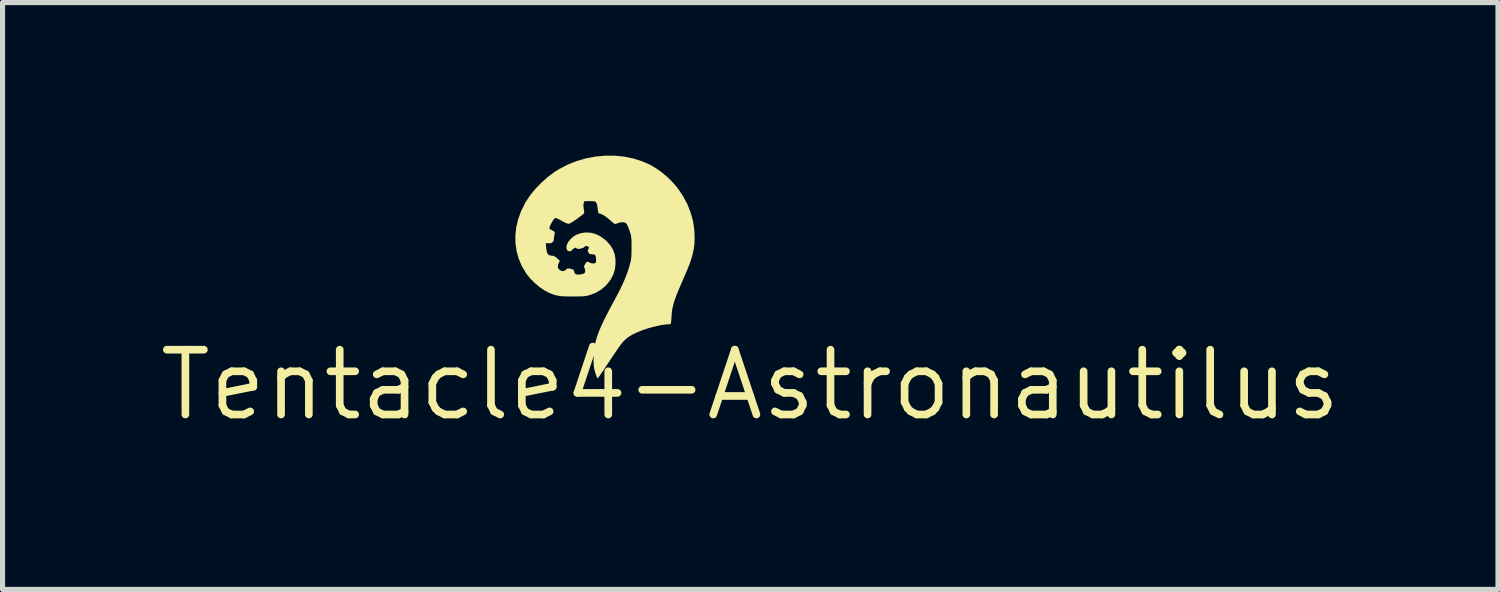
<source format=kicad_pcb>
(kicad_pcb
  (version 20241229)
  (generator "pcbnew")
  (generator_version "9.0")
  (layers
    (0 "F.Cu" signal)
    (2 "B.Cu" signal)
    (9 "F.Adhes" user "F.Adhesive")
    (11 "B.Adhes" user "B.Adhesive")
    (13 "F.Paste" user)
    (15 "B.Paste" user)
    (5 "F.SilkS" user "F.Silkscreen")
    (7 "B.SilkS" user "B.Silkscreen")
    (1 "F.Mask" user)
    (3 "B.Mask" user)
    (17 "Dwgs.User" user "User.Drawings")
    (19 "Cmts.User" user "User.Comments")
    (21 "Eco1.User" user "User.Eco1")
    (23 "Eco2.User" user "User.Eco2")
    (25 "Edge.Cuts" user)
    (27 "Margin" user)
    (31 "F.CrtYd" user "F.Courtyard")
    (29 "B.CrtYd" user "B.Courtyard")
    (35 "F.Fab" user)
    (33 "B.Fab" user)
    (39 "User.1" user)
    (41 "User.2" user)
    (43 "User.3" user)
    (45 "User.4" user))
  (footprint "Tentacle4-Astronautilus"
    (layer "F.Cu")
    (at 11.649 4.491)
    (property "Reference" "Tentacle4-Astronautilus" (at 0 0 0) (layer "F.SilkS") (effects (font (size 1.27 1.27) (thickness 0.15))))
    (attr board_only exclude_from_pos_files exclude_from_bom)
    (fp_poly (pts (xy -2.657 -4.491) (xy -2.472 -4.473) (xy -2.292 -4.436) (xy -2.119 -4.381) (xy -1.969 -4.316) (xy -1.858 -4.252) (xy -1.745 -4.173) (xy -1.636 -4.083) (xy -1.534 -3.985) (xy -1.446 -3.885) (xy -1.426 -3.859) (xy -1.319 -3.701) (xy -1.232 -3.54) (xy -1.167 -3.375) (xy -1.121 -3.206) (xy -1.096 -3.032) (xy -1.09 -2.893) (xy -1.092 -2.811) (xy -1.097 -2.733) (xy -1.108 -2.657) (xy -1.124 -2.58) (xy -1.146 -2.498) (xy -1.175 -2.409) (xy -1.212 -2.31) (xy -1.258 -2.199) (xy -1.312 -2.075) (xy -1.364 -1.955) (xy -1.408 -1.851) (xy -1.444 -1.762) (xy -1.473 -1.683) (xy -1.496 -1.614) (xy -1.513 -1.551) (xy -1.526 -1.492) (xy -1.535 -1.433) (xy -1.54 -1.374) (xy -1.543 -1.329) (xy -1.547 -1.276) (xy -1.551 -1.233) (xy -1.557 -1.204) (xy -1.561 -1.194) (xy -1.579 -1.189) (xy -1.607 -1.187) (xy -1.615 -1.186) (xy -1.671 -1.183) (xy -1.742 -1.172) (xy -1.824 -1.155) (xy -1.911 -1.134) (xy -1.999 -1.11) (xy -2.083 -1.082) (xy -2.104 -1.075) (xy -2.211 -1.033) (xy -2.301 -0.99) (xy -2.377 -0.945) (xy -2.441 -0.895) (xy -2.498 -0.838) (xy -2.526 -0.803) (xy -2.546 -0.777) (xy -2.576 -0.735) (xy -2.613 -0.681) (xy -2.656 -0.617) (xy -2.704 -0.547) (xy -2.753 -0.473) (xy -2.783 -0.429) (xy -2.83 -0.358) (xy -2.873 -0.292) (xy -2.912 -0.235) (xy -2.944 -0.188) (xy -2.969 -0.153) (xy -2.984 -0.132) (xy -2.989 -0.127) (xy -2.996 -0.136) (xy -3.008 -0.16) (xy -3.019 -0.188) (xy -3.041 -0.254) (xy -3.057 -0.316) (xy -3.066 -0.382) (xy -3.07 -0.456) (xy -3.069 -0.544) (xy -3.069 -0.556) (xy -3.064 -0.64) (xy -3.055 -0.721) (xy -3.04 -0.802) (xy -3.02 -0.884) (xy -2.993 -0.971) (xy -2.959 -1.062) (xy -2.916 -1.162) (xy -2.864 -1.272) (xy -2.803 -1.394) (xy -2.731 -1.531) (xy -2.683 -1.619) (xy -2.61 -1.755) (xy -2.547 -1.877) (xy -2.495 -1.987) (xy -2.451 -2.088) (xy -2.414 -2.184) (xy -2.383 -2.277) (xy -2.356 -2.37) (xy -2.35 -2.394) (xy -2.341 -2.433) (xy -2.335 -2.469) (xy -2.33 -2.506) (xy -2.328 -2.55) (xy -2.326 -2.604) (xy -2.326 -2.673) (xy -2.326 -2.696) (xy -2.326 -2.767) (xy -2.327 -2.822) (xy -2.329 -2.864) (xy -2.332 -2.898) (xy -2.337 -2.928) (xy -2.345 -2.958) (xy -2.355 -2.99) (xy -2.381 -3.067) (xy -2.405 -3.123) (xy -2.427 -3.16) (xy -2.446 -3.177) (xy -2.482 -3.187) (xy -2.528 -3.186) (xy -2.576 -3.176) (xy -2.596 -3.168) (xy -2.626 -3.157) (xy -2.651 -3.153) (xy -2.658 -3.154) (xy -2.672 -3.164) (xy -2.698 -3.184) (xy -2.73 -3.213) (xy -2.75 -3.231) (xy -2.795 -3.269) (xy -2.842 -3.304) (xy -2.889 -3.332) (xy -2.93 -3.351) (xy -2.959 -3.358) (xy -2.967 -3.36) (xy -2.973 -3.367) (xy -2.979 -3.385) (xy -2.984 -3.416) (xy -2.991 -3.463) (xy -2.992 -3.474) (xy -3.002 -3.532) (xy -3.016 -3.57) (xy -3.035 -3.591) (xy -3.043 -3.595) (xy -3.064 -3.598) (xy -3.1 -3.6) (xy -3.144 -3.601) (xy -3.158 -3.601) (xy -3.25 -3.601) (xy -3.262 -3.564) (xy -3.269 -3.535) (xy -3.269 -3.5) (xy -3.262 -3.452) (xy -3.257 -3.414) (xy -3.254 -3.382) (xy -3.255 -3.365) (xy -3.255 -3.364) (xy -3.265 -3.354) (xy -3.289 -3.333) (xy -3.325 -3.306) (xy -3.368 -3.273) (xy -3.395 -3.253) (xy -3.454 -3.212) (xy -3.499 -3.183) (xy -3.532 -3.165) (xy -3.555 -3.157) (xy -3.562 -3.156) (xy -3.586 -3.162) (xy -3.624 -3.177) (xy -3.669 -3.2) (xy -3.685 -3.209) (xy -3.738 -3.239) (xy -3.777 -3.258) (xy -3.804 -3.267) (xy -3.824 -3.267) (xy -3.839 -3.257) (xy -3.854 -3.239) (xy -3.858 -3.233) (xy -3.885 -3.189) (xy -3.908 -3.146) (xy -3.926 -3.107) (xy -3.935 -3.078) (xy -3.936 -3.065) (xy -3.923 -3.052) (xy -3.898 -3.037) (xy -3.884 -3.03) (xy -3.848 -3.011) (xy -3.831 -2.989) (xy -3.831 -2.962) (xy -3.835 -2.949) (xy -3.841 -2.921) (xy -3.845 -2.885) (xy -3.845 -2.877) (xy -3.853 -2.828) (xy -3.867 -2.803) (xy -3.883 -2.787) (xy -3.902 -2.778) (xy -3.932 -2.775) (xy -3.948 -2.775) (xy -4.007 -2.775) (xy -4 -2.704) (xy -3.992 -2.638) (xy -3.981 -2.592) (xy -3.964 -2.56) (xy -3.941 -2.542) (xy -3.908 -2.533) (xy -3.879 -2.531) (xy -3.854 -2.528) (xy -3.829 -2.516) (xy -3.799 -2.494) (xy -3.782 -2.479) (xy -3.752 -2.452) (xy -3.737 -2.435) (xy -3.732 -2.423) (xy -3.737 -2.413) (xy -3.742 -2.407) (xy -3.76 -2.374) (xy -3.769 -2.332) (xy -3.767 -2.294) (xy -3.754 -2.272) (xy -3.73 -2.25) (xy -3.723 -2.246) (xy -3.696 -2.231) (xy -3.674 -2.229) (xy -3.648 -2.235) (xy -3.622 -2.247) (xy -3.606 -2.26) (xy -3.605 -2.262) (xy -3.59 -2.278) (xy -3.562 -2.282) (xy -3.517 -2.275) (xy -3.512 -2.274) (xy -3.48 -2.264) (xy -3.463 -2.253) (xy -3.454 -2.236) (xy -3.452 -2.226) (xy -3.443 -2.198) (xy -3.432 -2.177) (xy -3.41 -2.165) (xy -3.373 -2.161) (xy -3.326 -2.165) (xy -3.289 -2.173) (xy -3.259 -2.182) (xy -3.243 -2.194) (xy -3.236 -2.215) (xy -3.235 -2.219) (xy -3.237 -2.264) (xy -3.246 -2.287) (xy -3.255 -2.307) (xy -3.257 -2.324) (xy -3.248 -2.344) (xy -3.235 -2.368) (xy -3.214 -2.399) (xy -3.194 -2.413) (xy -3.172 -2.41) (xy -3.151 -2.398) (xy -3.121 -2.385) (xy -3.087 -2.38) (xy -3.055 -2.381) (xy -3.033 -2.39) (xy -3.029 -2.394) (xy -3.022 -2.419) (xy -3.019 -2.455) (xy -3.022 -2.494) (xy -3.03 -2.526) (xy -3.033 -2.532) (xy -3.044 -2.548) (xy -3.061 -2.556) (xy -3.092 -2.559) (xy -3.099 -2.559) (xy -3.131 -2.561) (xy -3.151 -2.568) (xy -3.165 -2.584) (xy -3.17 -2.593) (xy -3.182 -2.616) (xy -3.183 -2.634) (xy -3.173 -2.658) (xy -3.172 -2.66) (xy -3.161 -2.683) (xy -3.161 -2.696) (xy -3.171 -2.707) (xy -3.173 -2.708) (xy -3.202 -2.721) (xy -3.231 -2.719) (xy -3.25 -2.704) (xy -3.251 -2.703) (xy -3.27 -2.687) (xy -3.309 -2.674) (xy -3.322 -2.671) (xy -3.358 -2.665) (xy -3.38 -2.664) (xy -3.395 -2.67) (xy -3.402 -2.676) (xy -3.419 -2.688) (xy -3.436 -2.686) (xy -3.449 -2.679) (xy -3.476 -2.659) (xy -3.493 -2.64) (xy -3.516 -2.621) (xy -3.547 -2.617) (xy -3.576 -2.629) (xy -3.584 -2.636) (xy -3.601 -2.669) (xy -3.602 -2.711) (xy -3.588 -2.757) (xy -3.562 -2.806) (xy -3.524 -2.853) (xy -3.478 -2.897) (xy -3.424 -2.932) (xy -3.414 -2.938) (xy -3.322 -2.972) (xy -3.227 -2.987) (xy -3.131 -2.982) (xy -3.036 -2.958) (xy -2.943 -2.915) (xy -2.855 -2.853) (xy -2.806 -2.808) (xy -2.737 -2.729) (xy -2.688 -2.648) (xy -2.656 -2.561) (xy -2.641 -2.465) (xy -2.64 -2.367) (xy -2.653 -2.261) (xy -2.682 -2.166) (xy -2.727 -2.076) (xy -2.79 -1.991) (xy -2.845 -1.932) (xy -2.928 -1.863) (xy -3.021 -1.808) (xy -3.127 -1.766) (xy -3.162 -1.756) (xy -3.192 -1.748) (xy -3.222 -1.742) (xy -3.254 -1.738) (xy -3.293 -1.735) (xy -3.342 -1.734) (xy -3.405 -1.733) (xy -3.48 -1.732) (xy -3.574 -1.733) (xy -3.652 -1.735) (xy -3.717 -1.74) (xy -3.773 -1.749) (xy -3.824 -1.761) (xy -3.875 -1.777) (xy -3.929 -1.799) (xy -3.946 -1.806) (xy -4.038 -1.855) (xy -4.132 -1.92) (xy -4.223 -1.997) (xy -4.308 -2.081) (xy -4.38 -2.17) (xy -4.394 -2.191) (xy -4.475 -2.328) (xy -4.537 -2.472) (xy -4.578 -2.621) (xy -4.6 -2.774) (xy -4.602 -2.93) (xy -4.585 -3.088) (xy -4.547 -3.246) (xy -4.49 -3.403) (xy -4.414 -3.558) (xy -4.383 -3.61) (xy -4.301 -3.73) (xy -4.201 -3.85) (xy -4.089 -3.965) (xy -3.969 -4.072) (xy -3.844 -4.166) (xy -3.748 -4.227) (xy -3.578 -4.315) (xy -3.401 -4.386) (xy -3.218 -4.439) (xy -3.031 -4.474) (xy -2.844 -4.491)) (stroke (width 0) (type solid)) (fill yes) (layer "F.SilkS")))
  (gr_rect
    (start -3 -3)
    (end 26.298 8.498)
    (stroke (width 0.1) (type default))
    (fill no)
    (layer "Edge.Cuts")))
</source>
